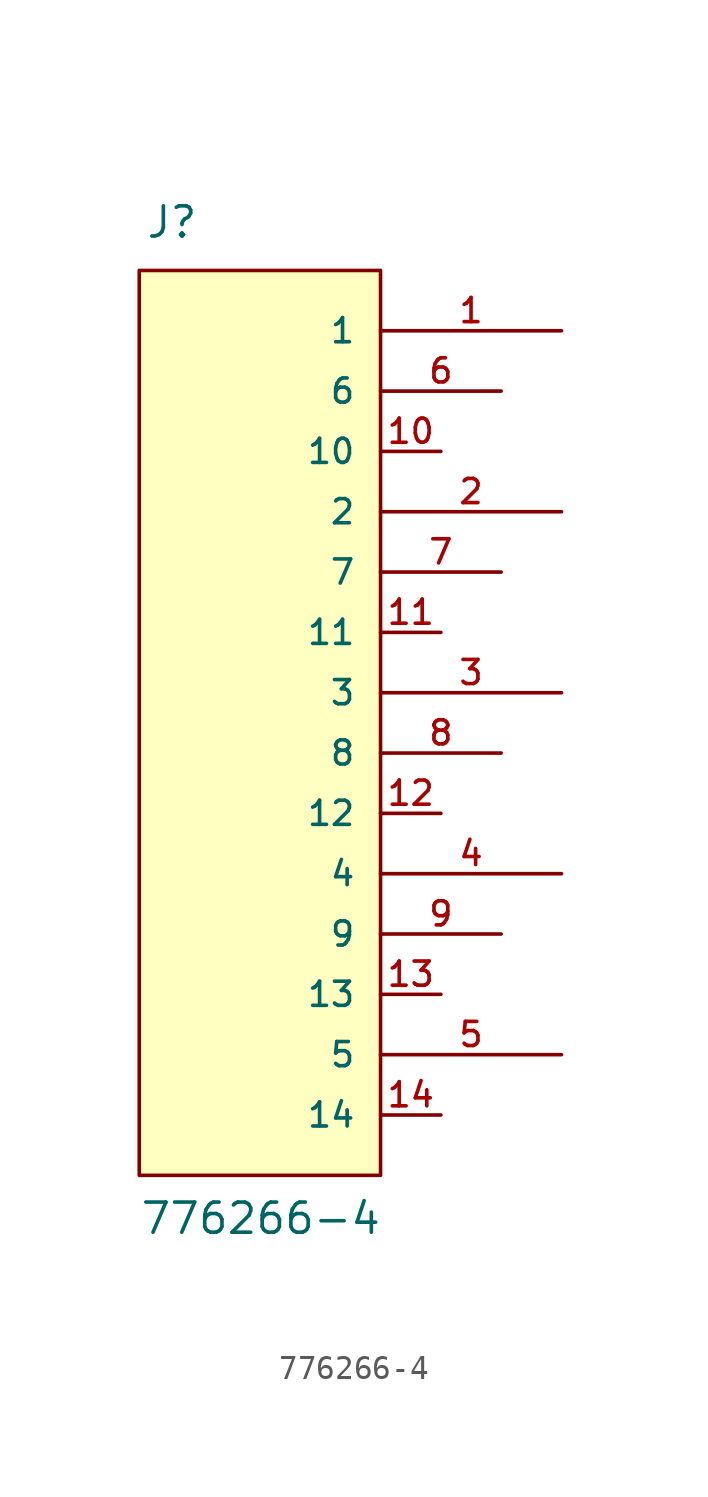
<source format=kicad_sym>
(kicad_symbol_lib
  (version 20211014)
  (generator kicad_symbol_editor)
  (symbol "776266-4"
    (pin_names
      (offset 1.016))
    (property "Reference" "J"
      (at -4.83 19.067 0)
      (effects (font (size 1.27 1.27)) (justify bottom left)))
    (property "Value" "776266-4"
      (at -5.084 -22.879 0)
      (effects (font (size 1.27 1.27)) (justify bottom left)))
    (symbol "776266-4_0_0"
      (rectangle (start -5.08 -20.32) (end 5.08 17.78) (stroke (width 0.152)) (fill (type background)))
      (pin passive line (at 12.7 15.24 180.0) (length 7.62) (name "1" (effects (font (size 1.016 1.016)))) (number "1" (effects (font (size 1.016 1.016)))))
      (pin passive line (at 12.7 7.62 180.0) (length 7.62) (name "2" (effects (font (size 1.016 1.016)))) (number "2" (effects (font (size 1.016 1.016)))))
      (pin passive line (at 12.7 0.0 180.0) (length 7.62) (name "3" (effects (font (size 1.016 1.016)))) (number "3" (effects (font (size 1.016 1.016)))))
      (pin passive line (at 12.7 -7.62 180.0) (length 7.62) (name "4" (effects (font (size 1.016 1.016)))) (number "4" (effects (font (size 1.016 1.016)))))
      (pin passive line (at 12.7 -15.24 180.0) (length 7.62) (name "5" (effects (font (size 1.016 1.016)))) (number "5" (effects (font (size 1.016 1.016)))))
      (pin passive line (at 10.16 12.7 180.0) (length 5.08) (name "6" (effects (font (size 1.016 1.016)))) (number "6" (effects (font (size 1.016 1.016)))))
      (pin passive line (at 10.16 5.08 180.0) (length 5.08) (name "7" (effects (font (size 1.016 1.016)))) (number "7" (effects (font (size 1.016 1.016)))))
      (pin passive line (at 10.16 -2.54 180.0) (length 5.08) (name "8" (effects (font (size 1.016 1.016)))) (number "8" (effects (font (size 1.016 1.016)))))
      (pin passive line (at 10.16 -10.16 180.0) (length 5.08) (name "9" (effects (font (size 1.016 1.016)))) (number "9" (effects (font (size 1.016 1.016)))))
      (pin passive line (at 7.62 10.16 180.0) (length 2.54) (name "10" (effects (font (size 1.016 1.016)))) (number "10" (effects (font (size 1.016 1.016)))))
      (pin passive line (at 7.62 2.54 180.0) (length 2.54) (name "11" (effects (font (size 1.016 1.016)))) (number "11" (effects (font (size 1.016 1.016)))))
      (pin passive line (at 7.62 -5.08 180.0) (length 2.54) (name "12" (effects (font (size 1.016 1.016)))) (number "12" (effects (font (size 1.016 1.016)))))
      (pin passive line (at 7.62 -12.7 180.0) (length 2.54) (name "13" (effects (font (size 1.016 1.016)))) (number "13" (effects (font (size 1.016 1.016)))))
      (pin passive line (at 7.62 -17.78 180.0) (length 2.54) (name "14" (effects (font (size 1.016 1.016)))) (number "14" (effects (font (size 1.016 1.016))))))))
</source>
